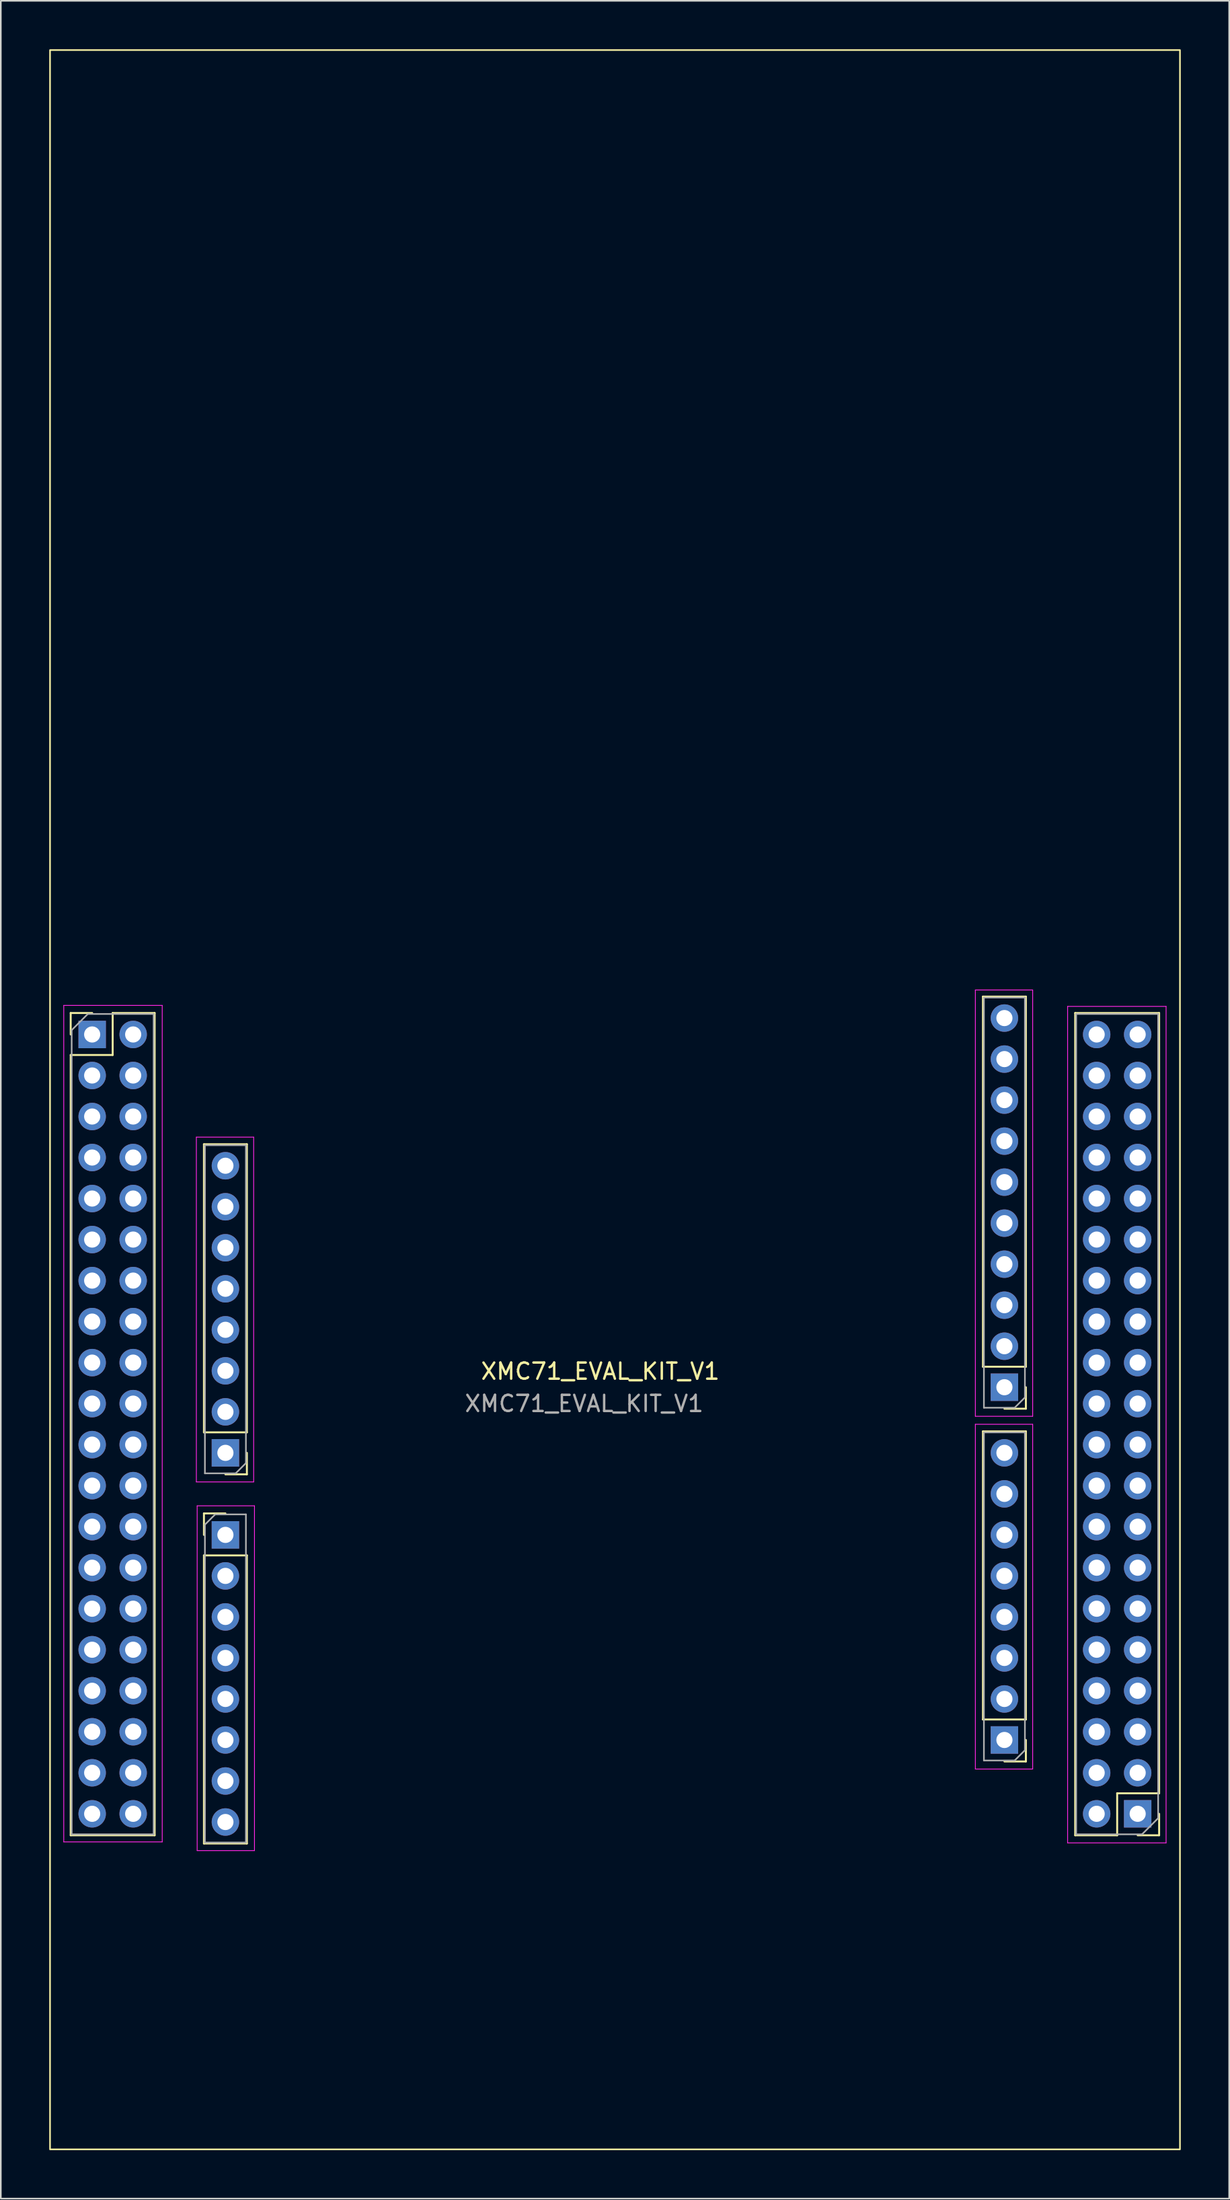
<source format=kicad_pcb>
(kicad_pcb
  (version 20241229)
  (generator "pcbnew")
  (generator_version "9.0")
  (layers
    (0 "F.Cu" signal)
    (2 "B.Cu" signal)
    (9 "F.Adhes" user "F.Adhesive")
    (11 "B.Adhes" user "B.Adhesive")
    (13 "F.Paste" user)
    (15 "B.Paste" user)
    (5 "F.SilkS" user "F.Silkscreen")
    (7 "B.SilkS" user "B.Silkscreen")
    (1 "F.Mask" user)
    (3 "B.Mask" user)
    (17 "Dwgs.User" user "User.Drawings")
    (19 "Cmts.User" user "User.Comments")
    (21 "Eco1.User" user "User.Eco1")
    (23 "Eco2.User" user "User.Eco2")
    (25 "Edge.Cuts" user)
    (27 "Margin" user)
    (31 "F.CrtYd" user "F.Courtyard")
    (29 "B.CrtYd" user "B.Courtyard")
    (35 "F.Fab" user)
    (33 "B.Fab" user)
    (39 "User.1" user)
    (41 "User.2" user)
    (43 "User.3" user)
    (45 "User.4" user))
  (footprint "XMC71_EVAL_KIT_V1"
    (layer "F.Cu")
    (at 5.2 61.01)
    (property "Reference" "XMC71_EVAL_KIT_V1" (at 28.94 20.86 0) (layer "F.SilkS") (effects (font (size 1 1) (thickness 0.15))))
    (attr through_hole)
    (fp_line (start -3.87 -1.33) (end -3.87 0) (stroke (width 0.12) (type solid)) (layer "F.SilkS"))
    (fp_line (start -3.87 1.27) (end -3.87 49.59) (stroke (width 0.12) (type solid)) (layer "F.SilkS"))
    (fp_line (start -2.54 -1.33) (end -3.87 -1.33) (stroke (width 0.12) (type solid)) (layer "F.SilkS"))
    (fp_line (start -1.27 -1.33) (end -1.27 1.27) (stroke (width 0.12) (type solid)) (layer "F.SilkS"))
    (fp_line (start -1.27 1.27) (end -3.87 1.27) (stroke (width 0.12) (type solid)) (layer "F.SilkS"))
    (fp_line (start 1.33 -1.33) (end -1.27 -1.33) (stroke (width 0.12) (type solid)) (layer "F.SilkS"))
    (fp_line (start 1.33 -1.33) (end 1.33 49.59) (stroke (width 0.12) (type solid)) (layer "F.SilkS"))
    (fp_line (start 1.33 49.59) (end -3.87 49.59) (stroke (width 0.12) (type solid)) (layer "F.SilkS"))
    (fp_line (start 4.385 6.798) (end 7.045 6.798) (stroke (width 0.12) (type solid)) (layer "F.SilkS"))
    (fp_line (start 4.385 24.638) (end 4.385 6.798) (stroke (width 0.12) (type solid)) (layer "F.SilkS"))
    (fp_line (start 4.385 24.638) (end 7.045 24.638) (stroke (width 0.12) (type solid)) (layer "F.SilkS"))
    (fp_line (start 4.385 29.658) (end 4.385 30.988) (stroke (width 0.12) (type solid)) (layer "F.SilkS"))
    (fp_line (start 4.385 32.258) (end 4.385 50.098) (stroke (width 0.12) (type solid)) (layer "F.SilkS"))
    (fp_line (start 5.715 27.238) (end 7.045 27.238) (stroke (width 0.12) (type solid)) (layer "F.SilkS"))
    (fp_line (start 5.715 29.658) (end 4.385 29.658) (stroke (width 0.12) (type solid)) (layer "F.SilkS"))
    (fp_line (start 7.045 24.638) (end 7.045 6.798) (stroke (width 0.12) (type solid)) (layer "F.SilkS"))
    (fp_line (start 7.045 27.238) (end 7.045 25.908) (stroke (width 0.12) (type solid)) (layer "F.SilkS"))
    (fp_line (start 7.045 32.258) (end 4.385 32.258) (stroke (width 0.12) (type solid)) (layer "F.SilkS"))
    (fp_line (start 7.045 32.258) (end 7.045 50.098) (stroke (width 0.12) (type solid)) (layer "F.SilkS"))
    (fp_line (start 7.045 50.098) (end 4.385 50.098) (stroke (width 0.12) (type solid)) (layer "F.SilkS"))
    (fp_line (start 52.645 -2.346) (end 55.305 -2.346) (stroke (width 0.12) (type solid)) (layer "F.SilkS"))
    (fp_line (start 52.645 20.574) (end 52.645 -2.346) (stroke (width 0.12) (type solid)) (layer "F.SilkS"))
    (fp_line (start 52.645 20.574) (end 55.305 20.574) (stroke (width 0.12) (type solid)) (layer "F.SilkS"))
    (fp_line (start 52.645 24.578) (end 55.305 24.578) (stroke (width 0.12) (type solid)) (layer "F.SilkS"))
    (fp_line (start 52.645 42.418) (end 52.645 24.578) (stroke (width 0.12) (type solid)) (layer "F.SilkS"))
    (fp_line (start 52.645 42.418) (end 55.305 42.418) (stroke (width 0.12) (type solid)) (layer "F.SilkS"))
    (fp_line (start 53.975 23.174) (end 55.305 23.174) (stroke (width 0.12) (type solid)) (layer "F.SilkS"))
    (fp_line (start 53.975 45.018) (end 55.305 45.018) (stroke (width 0.12) (type solid)) (layer "F.SilkS"))
    (fp_line (start 55.305 20.574) (end 55.305 -2.346) (stroke (width 0.12) (type solid)) (layer "F.SilkS"))
    (fp_line (start 55.305 23.174) (end 55.305 21.844) (stroke (width 0.12) (type solid)) (layer "F.SilkS"))
    (fp_line (start 55.305 42.418) (end 55.305 24.578) (stroke (width 0.12) (type solid)) (layer "F.SilkS"))
    (fp_line (start 55.305 45.018) (end 55.305 43.688) (stroke (width 0.12) (type solid)) (layer "F.SilkS"))
    (fp_line (start 58.36 -1.33) (end 63.56 -1.33) (stroke (width 0.12) (type solid)) (layer "F.SilkS"))
    (fp_line (start 58.36 49.59) (end 58.36 -1.33) (stroke (width 0.12) (type solid)) (layer "F.SilkS"))
    (fp_line (start 58.36 49.59) (end 60.96 49.59) (stroke (width 0.12) (type solid)) (layer "F.SilkS"))
    (fp_line (start 60.96 46.99) (end 63.56 46.99) (stroke (width 0.12) (type solid)) (layer "F.SilkS"))
    (fp_line (start 60.96 49.59) (end 60.96 46.99) (stroke (width 0.12) (type solid)) (layer "F.SilkS"))
    (fp_line (start 62.23 49.59) (end 63.56 49.59) (stroke (width 0.12) (type solid)) (layer "F.SilkS"))
    (fp_line (start 63.56 46.99) (end 63.56 -1.33) (stroke (width 0.12) (type solid)) (layer "F.SilkS"))
    (fp_line (start 63.56 49.59) (end 63.56 48.26) (stroke (width 0.12) (type solid)) (layer "F.SilkS"))
    (fp_rect (start -5.15 -60.96) (end 64.85 69.04) (stroke (width 0.1) (type default)) (fill no) (layer "F.SilkS"))
    (fp_line (start -4.3 -1.8) (end -4.3 50) (stroke (width 0.05) (type solid)) (layer "F.CrtYd"))
    (fp_line (start -4.3 50) (end 1.8 50) (stroke (width 0.05) (type solid)) (layer "F.CrtYd"))
    (fp_line (start 1.8 -1.8) (end -4.3 -1.8) (stroke (width 0.05) (type solid)) (layer "F.CrtYd"))
    (fp_line (start 1.8 50) (end 1.8 -1.8) (stroke (width 0.05) (type solid)) (layer "F.CrtYd"))
    (fp_line (start 3.915 6.358) (end 3.915 27.708) (stroke (width 0.05) (type solid)) (layer "F.CrtYd"))
    (fp_line (start 3.915 27.708) (end 7.465 27.708) (stroke (width 0.05) (type solid)) (layer "F.CrtYd"))
    (fp_line (start 3.965 29.188) (end 3.965 50.538) (stroke (width 0.05) (type solid)) (layer "F.CrtYd"))
    (fp_line (start 3.965 50.538) (end 7.515 50.538) (stroke (width 0.05) (type solid)) (layer "F.CrtYd"))
    (fp_line (start 7.465 6.358) (end 3.915 6.358) (stroke (width 0.05) (type solid)) (layer "F.CrtYd"))
    (fp_line (start 7.465 27.708) (end 7.465 6.358) (stroke (width 0.05) (type solid)) (layer "F.CrtYd"))
    (fp_line (start 7.515 29.188) (end 3.965 29.188) (stroke (width 0.05) (type solid)) (layer "F.CrtYd"))
    (fp_line (start 7.515 50.538) (end 7.515 29.188) (stroke (width 0.05) (type solid)) (layer "F.CrtYd"))
    (fp_line (start 52.175 -2.756) (end 52.175 23.644) (stroke (width 0.05) (type solid)) (layer "F.CrtYd"))
    (fp_line (start 52.175 23.644) (end 55.725 23.644) (stroke (width 0.05) (type solid)) (layer "F.CrtYd"))
    (fp_line (start 52.175 24.138) (end 52.175 45.488) (stroke (width 0.05) (type solid)) (layer "F.CrtYd"))
    (fp_line (start 52.175 45.488) (end 55.725 45.488) (stroke (width 0.05) (type solid)) (layer "F.CrtYd"))
    (fp_line (start 55.725 -2.756) (end 52.175 -2.756) (stroke (width 0.05) (type solid)) (layer "F.CrtYd"))
    (fp_line (start 55.725 23.644) (end 55.725 -2.756) (stroke (width 0.05) (type solid)) (layer "F.CrtYd"))
    (fp_line (start 55.725 24.138) (end 52.175 24.138) (stroke (width 0.05) (type solid)) (layer "F.CrtYd"))
    (fp_line (start 55.725 45.488) (end 55.725 24.138) (stroke (width 0.05) (type solid)) (layer "F.CrtYd"))
    (fp_line (start 57.89 -1.74) (end 57.89 50.06) (stroke (width 0.05) (type solid)) (layer "F.CrtYd"))
    (fp_line (start 57.89 50.06) (end 63.99 50.06) (stroke (width 0.05) (type solid)) (layer "F.CrtYd"))
    (fp_line (start 63.99 -1.74) (end 57.89 -1.74) (stroke (width 0.05) (type solid)) (layer "F.CrtYd"))
    (fp_line (start 63.99 50.06) (end 63.99 -1.74) (stroke (width 0.05) (type solid)) (layer "F.CrtYd"))
    (fp_line (start -3.81 -0.27) (end -3.81 49.53) (stroke (width 0.1) (type solid)) (layer "F.Fab"))
    (fp_line (start -3.81 49.53) (end 1.27 49.53) (stroke (width 0.1) (type solid)) (layer "F.Fab"))
    (fp_line (start -2.81 -1.27) (end -3.81 -0.27) (stroke (width 0.1) (type solid)) (layer "F.Fab"))
    (fp_line (start 1.27 -1.27) (end -2.81 -1.27) (stroke (width 0.1) (type solid)) (layer "F.Fab"))
    (fp_line (start 1.27 49.53) (end 1.27 -1.27) (stroke (width 0.1) (type solid)) (layer "F.Fab"))
    (fp_line (start 4.445 6.858) (end 4.445 27.178) (stroke (width 0.1) (type solid)) (layer "F.Fab"))
    (fp_line (start 4.445 27.178) (end 6.35 27.178) (stroke (width 0.1) (type solid)) (layer "F.Fab"))
    (fp_line (start 4.445 30.353) (end 4.445 50.038) (stroke (width 0.1) (type solid)) (layer "F.Fab"))
    (fp_line (start 4.445 50.038) (end 6.985 50.038) (stroke (width 0.1) (type solid)) (layer "F.Fab"))
    (fp_line (start 5.08 29.718) (end 4.445 30.353) (stroke (width 0.1) (type solid)) (layer "F.Fab"))
    (fp_line (start 6.35 27.178) (end 6.985 26.543) (stroke (width 0.1) (type solid)) (layer "F.Fab"))
    (fp_line (start 6.985 6.858) (end 4.445 6.858) (stroke (width 0.1) (type solid)) (layer "F.Fab"))
    (fp_line (start 6.985 26.543) (end 6.985 6.858) (stroke (width 0.1) (type solid)) (layer "F.Fab"))
    (fp_line (start 6.985 29.718) (end 5.08 29.718) (stroke (width 0.1) (type solid)) (layer "F.Fab"))
    (fp_line (start 6.985 50.038) (end 6.985 29.718) (stroke (width 0.1) (type solid)) (layer "F.Fab"))
    (fp_line (start 52.705 -2.286) (end 52.705 23.114) (stroke (width 0.1) (type solid)) (layer "F.Fab"))
    (fp_line (start 52.705 23.114) (end 54.61 23.114) (stroke (width 0.1) (type solid)) (layer "F.Fab"))
    (fp_line (start 52.705 24.638) (end 52.705 44.958) (stroke (width 0.1) (type solid)) (layer "F.Fab"))
    (fp_line (start 52.705 44.958) (end 54.61 44.958) (stroke (width 0.1) (type solid)) (layer "F.Fab"))
    (fp_line (start 54.61 23.114) (end 55.245 22.479) (stroke (width 0.1) (type solid)) (layer "F.Fab"))
    (fp_line (start 54.61 44.958) (end 55.245 44.323) (stroke (width 0.1) (type solid)) (layer "F.Fab"))
    (fp_line (start 55.245 -2.286) (end 52.705 -2.286) (stroke (width 0.1) (type solid)) (layer "F.Fab"))
    (fp_line (start 55.245 22.479) (end 55.245 -2.286) (stroke (width 0.1) (type solid)) (layer "F.Fab"))
    (fp_line (start 55.245 24.638) (end 52.705 24.638) (stroke (width 0.1) (type solid)) (layer "F.Fab"))
    (fp_line (start 55.245 44.323) (end 55.245 24.638) (stroke (width 0.1) (type solid)) (layer "F.Fab"))
    (fp_line (start 58.42 -1.27) (end 58.42 49.53) (stroke (width 0.1) (type solid)) (layer "F.Fab"))
    (fp_line (start 58.42 49.53) (end 62.5 49.53) (stroke (width 0.1) (type solid)) (layer "F.Fab"))
    (fp_line (start 62.5 49.53) (end 63.5 48.53) (stroke (width 0.1) (type solid)) (layer "F.Fab"))
    (fp_line (start 63.5 -1.27) (end 58.42 -1.27) (stroke (width 0.1) (type solid)) (layer "F.Fab"))
    (fp_line (start 63.5 48.53) (end 63.5 -1.27) (stroke (width 0.1) (type solid)) (layer "F.Fab"))
    (fp_text user "${REFERENCE}" (at 27.94 22.86 180) (layer "F.Fab") (effects (font (size 1 1) (thickness 0.15))))
    (pad "J1_1" thru_hole rect (at 5.715 25.908) (size 1.7 1.7) (drill 1) (layers "*.Cu" "*.Mask"))
    (pad "J1_2" thru_hole oval (at 5.715 23.368) (size 1.7 1.7) (drill 1) (layers "*.Cu" "*.Mask"))
    (pad "J1_3" thru_hole oval (at 5.715 20.828) (size 1.7 1.7) (drill 1) (layers "*.Cu" "*.Mask"))
    (pad "J1_4" thru_hole oval (at 5.715 18.288) (size 1.7 1.7) (drill 1) (layers "*.Cu" "*.Mask"))
    (pad "J1_5" thru_hole oval (at 5.715 15.748) (size 1.7 1.7) (drill 1) (layers "*.Cu" "*.Mask"))
    (pad "J1_6" thru_hole oval (at 5.715 13.208) (size 1.7 1.7) (drill 1) (layers "*.Cu" "*.Mask"))
    (pad "J1_7" thru_hole oval (at 5.715 10.668) (size 1.7 1.7) (drill 1) (layers "*.Cu" "*.Mask"))
    (pad "J1_8" thru_hole oval (at 5.715 8.128) (size 1.7 1.7) (drill 1) (layers "*.Cu" "*.Mask"))
    (pad "J2_1" thru_hole rect (at 5.715 30.988 180) (size 1.7 1.7) (drill 1) (layers "*.Cu" "*.Mask"))
    (pad "J2_2" thru_hole oval (at 5.715 33.528 180) (size 1.7 1.7) (drill 1) (layers "*.Cu" "*.Mask"))
    (pad "J2_3" thru_hole oval (at 5.715 36.068 180) (size 1.7 1.7) (drill 1) (layers "*.Cu" "*.Mask"))
    (pad "J2_4" thru_hole oval (at 5.715 38.608 180) (size 1.7 1.7) (drill 1) (layers "*.Cu" "*.Mask"))
    (pad "J2_5" thru_hole oval (at 5.715 41.148 180) (size 1.7 1.7) (drill 1) (layers "*.Cu" "*.Mask"))
    (pad "J2_6" thru_hole oval (at 5.715 43.688 180) (size 1.7 1.7) (drill 1) (layers "*.Cu" "*.Mask"))
    (pad "J2_7" thru_hole oval (at 5.715 46.228 180) (size 1.7 1.7) (drill 1) (layers "*.Cu" "*.Mask"))
    (pad "J2_8" thru_hole oval (at 5.715 48.768 180) (size 1.7 1.7) (drill 1) (layers "*.Cu" "*.Mask"))
    (pad "J3_1" thru_hole rect (at 53.975 21.844) (size 1.7 1.7) (drill 1) (layers "*.Cu" "*.Mask"))
    (pad "J3_2" thru_hole oval (at 53.975 19.304) (size 1.7 1.7) (drill 1) (layers "*.Cu" "*.Mask"))
    (pad "J3_3" thru_hole oval (at 53.975 16.764) (size 1.7 1.7) (drill 1) (layers "*.Cu" "*.Mask"))
    (pad "J3_4" thru_hole oval (at 53.975 14.224) (size 1.7 1.7) (drill 1) (layers "*.Cu" "*.Mask"))
    (pad "J3_5" thru_hole oval (at 53.975 11.684) (size 1.7 1.7) (drill 1) (layers "*.Cu" "*.Mask"))
    (pad "J3_6" thru_hole oval (at 53.975 9.144) (size 1.7 1.7) (drill 1) (layers "*.Cu" "*.Mask"))
    (pad "J3_7" thru_hole oval (at 53.975 6.604) (size 1.7 1.7) (drill 1) (layers "*.Cu" "*.Mask"))
    (pad "J3_8" thru_hole oval (at 53.975 4.064) (size 1.7 1.7) (drill 1) (layers "*.Cu" "*.Mask"))
    (pad "J3_9" thru_hole oval (at 53.975 1.524) (size 1.7 1.7) (drill 1) (layers "*.Cu" "*.Mask"))
    (pad "J3_10" thru_hole oval (at 53.975 -1.016) (size 1.7 1.7) (drill 1) (layers "*.Cu" "*.Mask"))
    (pad "J4_1" thru_hole rect (at 53.975 43.688) (size 1.7 1.7) (drill 1) (layers "*.Cu" "*.Mask"))
    (pad "J4_2" thru_hole oval (at 53.975 41.148) (size 1.7 1.7) (drill 1) (layers "*.Cu" "*.Mask"))
    (pad "J4_3" thru_hole oval (at 53.975 38.608) (size 1.7 1.7) (drill 1) (layers "*.Cu" "*.Mask"))
    (pad "J4_4" thru_hole oval (at 53.975 36.068) (size 1.7 1.7) (drill 1) (layers "*.Cu" "*.Mask"))
    (pad "J4_5" thru_hole oval (at 53.975 33.528) (size 1.7 1.7) (drill 1) (layers "*.Cu" "*.Mask"))
    (pad "J4_6" thru_hole oval (at 53.975 30.988) (size 1.7 1.7) (drill 1) (layers "*.Cu" "*.Mask"))
    (pad "J4_7" thru_hole oval (at 53.975 28.448) (size 1.7 1.7) (drill 1) (layers "*.Cu" "*.Mask"))
    (pad "J4_8" thru_hole oval (at 53.975 25.908) (size 1.7 1.7) (drill 1) (layers "*.Cu" "*.Mask"))
    (pad "J21_1" thru_hole rect (at 62.23 48.26) (size 1.7 1.7) (drill 1) (layers "*.Cu" "*.Mask"))
    (pad "J21_2" thru_hole oval (at 59.69 48.26) (size 1.7 1.7) (drill 1) (layers "*.Cu" "*.Mask"))
    (pad "J21_3" thru_hole oval (at 62.23 45.72) (size 1.7 1.7) (drill 1) (layers "*.Cu" "*.Mask"))
    (pad "J21_4" thru_hole oval (at 59.69 45.72) (size 1.7 1.7) (drill 1) (layers "*.Cu" "*.Mask"))
    (pad "J21_5" thru_hole oval (at 62.23 43.18) (size 1.7 1.7) (drill 1) (layers "*.Cu" "*.Mask"))
    (pad "J21_6" thru_hole oval (at 59.69 43.18) (size 1.7 1.7) (drill 1) (layers "*.Cu" "*.Mask"))
    (pad "J21_7" thru_hole oval (at 62.23 40.64) (size 1.7 1.7) (drill 1) (layers "*.Cu" "*.Mask"))
    (pad "J21_8" thru_hole oval (at 59.69 40.64) (size 1.7 1.7) (drill 1) (layers "*.Cu" "*.Mask"))
    (pad "J21_9" thru_hole oval (at 62.23 38.1) (size 1.7 1.7) (drill 1) (layers "*.Cu" "*.Mask"))
    (pad "J21_10" thru_hole oval (at 59.69 38.1) (size 1.7 1.7) (drill 1) (layers "*.Cu" "*.Mask"))
    (pad "J21_11" thru_hole oval (at 62.23 35.56) (size 1.7 1.7) (drill 1) (layers "*.Cu" "*.Mask"))
    (pad "J21_12" thru_hole oval (at 59.69 35.56) (size 1.7 1.7) (drill 1) (layers "*.Cu" "*.Mask"))
    (pad "J21_13" thru_hole oval (at 62.23 33.02) (size 1.7 1.7) (drill 1) (layers "*.Cu" "*.Mask"))
    (pad "J21_14" thru_hole oval (at 59.69 33.02) (size 1.7 1.7) (drill 1) (layers "*.Cu" "*.Mask"))
    (pad "J21_15" thru_hole oval (at 62.23 30.48) (size 1.7 1.7) (drill 1) (layers "*.Cu" "*.Mask"))
    (pad "J21_16" thru_hole oval (at 59.69 30.48) (size 1.7 1.7) (drill 1) (layers "*.Cu" "*.Mask"))
    (pad "J21_17" thru_hole oval (at 62.23 27.94) (size 1.7 1.7) (drill 1) (layers "*.Cu" "*.Mask"))
    (pad "J21_18" thru_hole oval (at 59.69 27.94) (size 1.7 1.7) (drill 1) (layers "*.Cu" "*.Mask"))
    (pad "J21_19" thru_hole oval (at 62.23 25.4) (size 1.7 1.7) (drill 1) (layers "*.Cu" "*.Mask"))
    (pad "J21_20" thru_hole oval (at 59.69 25.4) (size 1.7 1.7) (drill 1) (layers "*.Cu" "*.Mask"))
    (pad "J21_21" thru_hole oval (at 62.23 22.86) (size 1.7 1.7) (drill 1) (layers "*.Cu" "*.Mask"))
    (pad "J21_22" thru_hole oval (at 59.69 22.86) (size 1.7 1.7) (drill 1) (layers "*.Cu" "*.Mask"))
    (pad "J21_23" thru_hole oval (at 62.23 20.32) (size 1.7 1.7) (drill 1) (layers "*.Cu" "*.Mask"))
    (pad "J21_24" thru_hole oval (at 59.69 20.32) (size 1.7 1.7) (drill 1) (layers "*.Cu" "*.Mask"))
    (pad "J21_25" thru_hole oval (at 62.23 17.78) (size 1.7 1.7) (drill 1) (layers "*.Cu" "*.Mask"))
    (pad "J21_26" thru_hole oval (at 59.69 17.78) (size 1.7 1.7) (drill 1) (layers "*.Cu" "*.Mask"))
    (pad "J21_27" thru_hole oval (at 62.23 15.24) (size 1.7 1.7) (drill 1) (layers "*.Cu" "*.Mask"))
    (pad "J21_28" thru_hole oval (at 59.69 15.24) (size 1.7 1.7) (drill 1) (layers "*.Cu" "*.Mask"))
    (pad "J21_29" thru_hole oval (at 62.23 12.7) (size 1.7 1.7) (drill 1) (layers "*.Cu" "*.Mask"))
    (pad "J21_30" thru_hole oval (at 59.69 12.7) (size 1.7 1.7) (drill 1) (layers "*.Cu" "*.Mask"))
    (pad "J21_31" thru_hole oval (at 62.23 10.16) (size 1.7 1.7) (drill 1) (layers "*.Cu" "*.Mask"))
    (pad "J21_32" thru_hole oval (at 59.69 10.16) (size 1.7 1.7) (drill 1) (layers "*.Cu" "*.Mask"))
    (pad "J21_33" thru_hole oval (at 62.23 7.62) (size 1.7 1.7) (drill 1) (layers "*.Cu" "*.Mask"))
    (pad "J21_34" thru_hole oval (at 59.69 7.62) (size 1.7 1.7) (drill 1) (layers "*.Cu" "*.Mask"))
    (pad "J21_35" thru_hole oval (at 62.23 5.08) (size 1.7 1.7) (drill 1) (layers "*.Cu" "*.Mask"))
    (pad "J21_36" thru_hole oval (at 59.69 5.08) (size 1.7 1.7) (drill 1) (layers "*.Cu" "*.Mask"))
    (pad "J21_37" thru_hole oval (at 62.23 2.54) (size 1.7 1.7) (drill 1) (layers "*.Cu" "*.Mask"))
    (pad "J21_38" thru_hole oval (at 59.69 2.54) (size 1.7 1.7) (drill 1) (layers "*.Cu" "*.Mask"))
    (pad "J21_39" thru_hole oval (at 62.23 0) (size 1.7 1.7) (drill 1) (layers "*.Cu" "*.Mask"))
    (pad "J21_40" thru_hole oval (at 59.69 0) (size 1.7 1.7) (drill 1) (layers "*.Cu" "*.Mask"))
    (pad "J23_1" thru_hole rect (at -2.54 0 180) (size 1.7 1.7) (drill 1) (layers "*.Cu" "*.Mask"))
    (pad "J23_2" thru_hole oval (at 0 0 180) (size 1.7 1.7) (drill 1) (layers "*.Cu" "*.Mask"))
    (pad "J23_3" thru_hole oval (at -2.54 2.54 180) (size 1.7 1.7) (drill 1) (layers "*.Cu" "*.Mask"))
    (pad "J23_4" thru_hole oval (at 0 2.54 180) (size 1.7 1.7) (drill 1) (layers "*.Cu" "*.Mask"))
    (pad "J23_5" thru_hole oval (at -2.54 5.08 180) (size 1.7 1.7) (drill 1) (layers "*.Cu" "*.Mask"))
    (pad "J23_6" thru_hole oval (at 0 5.08 180) (size 1.7 1.7) (drill 1) (layers "*.Cu" "*.Mask"))
    (pad "J23_7" thru_hole oval (at -2.54 7.62 180) (size 1.7 1.7) (drill 1) (layers "*.Cu" "*.Mask"))
    (pad "J23_8" thru_hole oval (at 0 7.62 180) (size 1.7 1.7) (drill 1) (layers "*.Cu" "*.Mask"))
    (pad "J23_9" thru_hole oval (at -2.54 10.16 180) (size 1.7 1.7) (drill 1) (layers "*.Cu" "*.Mask"))
    (pad "J23_10" thru_hole oval (at 0 10.16 180) (size 1.7 1.7) (drill 1) (layers "*.Cu" "*.Mask"))
    (pad "J23_11" thru_hole oval (at -2.54 12.7 180) (size 1.7 1.7) (drill 1) (layers "*.Cu" "*.Mask"))
    (pad "J23_12" thru_hole oval (at 0 12.7 180) (size 1.7 1.7) (drill 1) (layers "*.Cu" "*.Mask"))
    (pad "J23_13" thru_hole oval (at -2.54 15.24 180) (size 1.7 1.7) (drill 1) (layers "*.Cu" "*.Mask"))
    (pad "J23_14" thru_hole oval (at 0 15.24 180) (size 1.7 1.7) (drill 1) (layers "*.Cu" "*.Mask"))
    (pad "J23_15" thru_hole oval (at -2.54 17.78 180) (size 1.7 1.7) (drill 1) (layers "*.Cu" "*.Mask"))
    (pad "J23_16" thru_hole oval (at 0 17.78 180) (size 1.7 1.7) (drill 1) (layers "*.Cu" "*.Mask"))
    (pad "J23_17" thru_hole oval (at -2.54 20.32 180) (size 1.7 1.7) (drill 1) (layers "*.Cu" "*.Mask"))
    (pad "J23_18" thru_hole oval (at 0 20.32 180) (size 1.7 1.7) (drill 1) (layers "*.Cu" "*.Mask"))
    (pad "J23_19" thru_hole oval (at -2.54 22.86 180) (size 1.7 1.7) (drill 1) (layers "*.Cu" "*.Mask"))
    (pad "J23_20" thru_hole oval (at 0 22.86 180) (size 1.7 1.7) (drill 1) (layers "*.Cu" "*.Mask"))
    (pad "J23_21" thru_hole oval (at -2.54 25.4 180) (size 1.7 1.7) (drill 1) (layers "*.Cu" "*.Mask"))
    (pad "J23_22" thru_hole oval (at 0 25.4 180) (size 1.7 1.7) (drill 1) (layers "*.Cu" "*.Mask"))
    (pad "J23_23" thru_hole oval (at -2.54 27.94 180) (size 1.7 1.7) (drill 1) (layers "*.Cu" "*.Mask"))
    (pad "J23_24" thru_hole oval (at 0 27.94 180) (size 1.7 1.7) (drill 1) (layers "*.Cu" "*.Mask"))
    (pad "J23_25" thru_hole oval (at -2.54 30.48 180) (size 1.7 1.7) (drill 1) (layers "*.Cu" "*.Mask"))
    (pad "J23_26" thru_hole oval (at 0 30.48 180) (size 1.7 1.7) (drill 1) (layers "*.Cu" "*.Mask"))
    (pad "J23_27" thru_hole oval (at -2.54 33.02 180) (size 1.7 1.7) (drill 1) (layers "*.Cu" "*.Mask"))
    (pad "J23_28" thru_hole oval (at 0 33.02 180) (size 1.7 1.7) (drill 1) (layers "*.Cu" "*.Mask"))
    (pad "J23_29" thru_hole oval (at -2.54 35.56 180) (size 1.7 1.7) (drill 1) (layers "*.Cu" "*.Mask"))
    (pad "J23_30" thru_hole oval (at 0 35.56 180) (size 1.7 1.7) (drill 1) (layers "*.Cu" "*.Mask"))
    (pad "J23_31" thru_hole oval (at -2.54 38.1 180) (size 1.7 1.7) (drill 1) (layers "*.Cu" "*.Mask"))
    (pad "J23_32" thru_hole oval (at 0 38.1 180) (size 1.7 1.7) (drill 1) (layers "*.Cu" "*.Mask"))
    (pad "J23_33" thru_hole oval (at -2.54 40.64 180) (size 1.7 1.7) (drill 1) (layers "*.Cu" "*.Mask"))
    (pad "J23_34" thru_hole oval (at 0 40.64 180) (size 1.7 1.7) (drill 1) (layers "*.Cu" "*.Mask"))
    (pad "J23_35" thru_hole oval (at -2.54 43.18 180) (size 1.7 1.7) (drill 1) (layers "*.Cu" "*.Mask"))
    (pad "J23_36" thru_hole oval (at 0 43.18 180) (size 1.7 1.7) (drill 1) (layers "*.Cu" "*.Mask"))
    (pad "J23_37" thru_hole oval (at -2.54 45.72 180) (size 1.7 1.7) (drill 1) (layers "*.Cu" "*.Mask"))
    (pad "J23_38" thru_hole oval (at 0 45.72 180) (size 1.7 1.7) (drill 1) (layers "*.Cu" "*.Mask"))
    (pad "J23_39" thru_hole oval (at -2.54 48.26 180) (size 1.7 1.7) (drill 1) (layers "*.Cu" "*.Mask"))
    (pad "J23_40" thru_hole oval (at 0 48.26 180) (size 1.7 1.7) (drill 1) (layers "*.Cu" "*.Mask")))
  (gr_rect
    (start -3 -3)
    (end 73.1 133.1)
    (stroke (width 0.1) (type default))
    (fill no)
    (layer "Edge.Cuts")))
</source>
